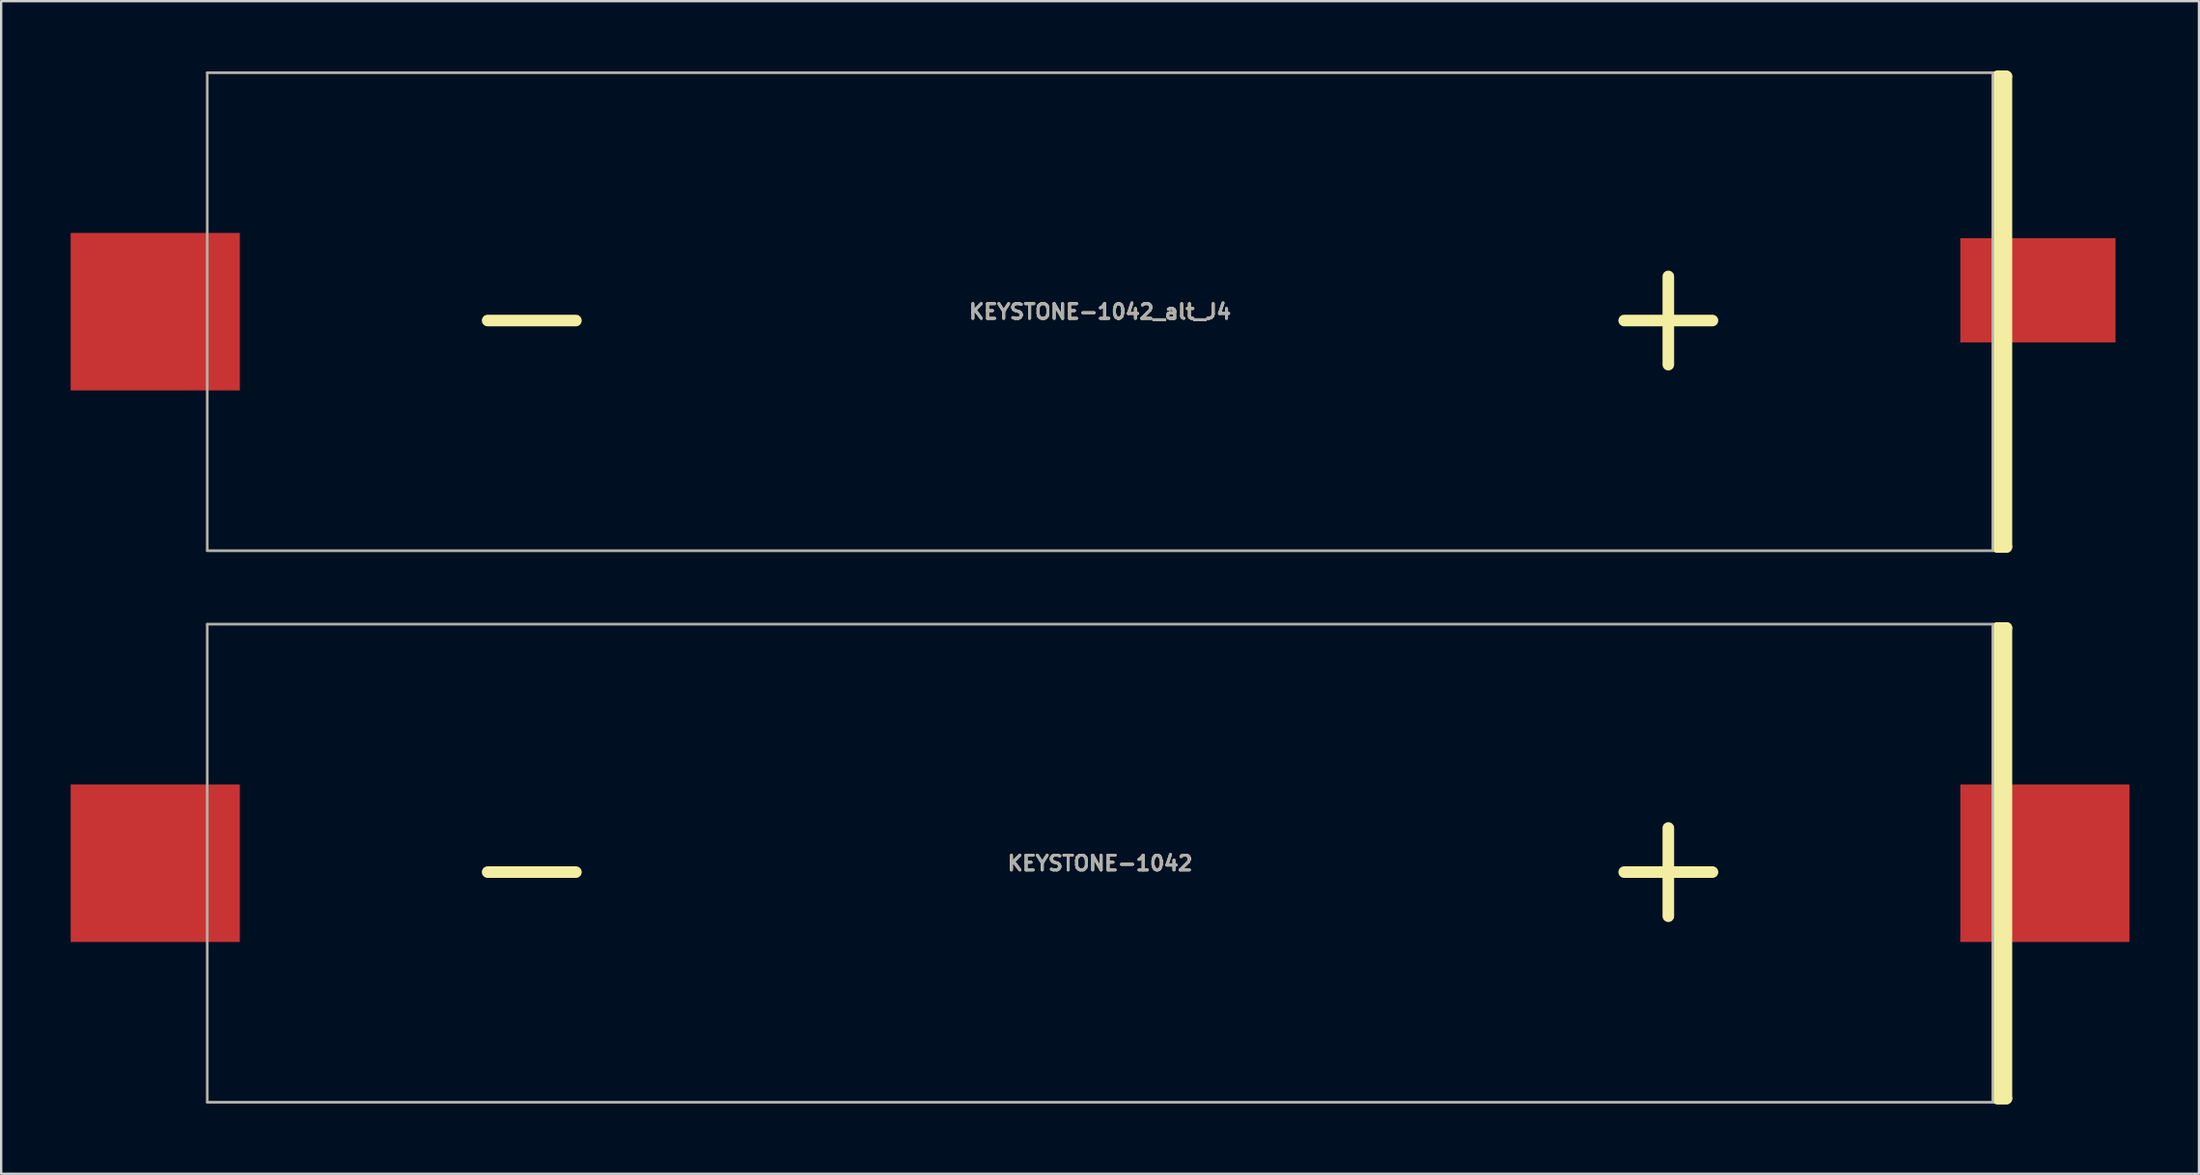
<source format=kicad_pcb>
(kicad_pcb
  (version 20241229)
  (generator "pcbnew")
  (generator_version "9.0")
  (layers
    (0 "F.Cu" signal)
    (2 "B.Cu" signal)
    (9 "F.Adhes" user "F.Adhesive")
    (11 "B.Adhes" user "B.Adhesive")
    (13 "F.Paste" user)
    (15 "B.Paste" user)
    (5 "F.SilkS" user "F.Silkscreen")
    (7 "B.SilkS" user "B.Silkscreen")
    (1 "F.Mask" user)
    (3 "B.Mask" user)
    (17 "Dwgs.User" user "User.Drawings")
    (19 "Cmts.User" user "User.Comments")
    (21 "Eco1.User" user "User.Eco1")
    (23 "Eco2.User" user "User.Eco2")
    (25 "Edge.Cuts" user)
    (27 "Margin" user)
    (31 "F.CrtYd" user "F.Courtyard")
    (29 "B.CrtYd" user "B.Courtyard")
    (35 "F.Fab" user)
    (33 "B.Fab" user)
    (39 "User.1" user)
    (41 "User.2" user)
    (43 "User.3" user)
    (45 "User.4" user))
  (footprint "KEYSTONE-1042_alt_J4"
    (layer "F.Cu")
    (at 44.425 10.41)
    (property "Reference" "KEYSTONE-1042_alt_J4" (at 0 0 0) (layer "F.SilkS") (effects (font (size 0.635 0.635) (thickness 0.127))))
    (attr through_hole)
    (fp_line (start -38.525 -10.325) (end 39.116 -10.325) (stroke (width 0.1) (type solid)) (layer "F.SilkS"))
    (fp_line (start -38.525 10.325) (end -38.525 -10.325) (stroke (width 0.1) (type solid)) (layer "F.SilkS"))
    (fp_line (start 38.525 -10.325) (end 38.525 10.325) (stroke (width 0.1) (type solid)) (layer "F.SilkS"))
    (fp_line (start 38.735 -10.16) (end 38.735 10.16) (stroke (width 0.5) (type solid)) (layer "F.SilkS"))
    (fp_line (start 38.735 -10.16) (end 39.116 -10.16) (stroke (width 0.5) (type solid)) (layer "F.SilkS"))
    (fp_line (start 38.735 10.16) (end 39.116 10.16) (stroke (width 0.5) (type solid)) (layer "F.SilkS"))
    (fp_line (start 38.735 10.325) (end -38.525 10.325) (stroke (width 0.1) (type solid)) (layer "F.SilkS"))
    (fp_line (start 38.862 -10.16) (end 38.862 10.16) (stroke (width 0.5) (type solid)) (layer "F.SilkS"))
    (fp_line (start 38.989 -10.16) (end 38.989 10.16) (stroke (width 0.5) (type solid)) (layer "F.SilkS"))
    (fp_line (start 39.116 -10.16) (end 39.116 10.16) (stroke (width 0.5) (type solid)) (layer "F.SilkS"))
    (fp_line (start -38.525 -10.325) (end 38.525 -10.325) (stroke (width 0.1) (type solid)) (layer "F.Fab"))
    (fp_line (start -38.525 10.325) (end -38.525 -10.325) (stroke (width 0.1) (type solid)) (layer "F.Fab"))
    (fp_line (start 38.525 -10.325) (end 38.525 10.325) (stroke (width 0.1) (type solid)) (layer "F.Fab"))
    (fp_line (start 38.525 10.325) (end -38.525 10.325) (stroke (width 0.1) (type solid)) (layer "F.Fab"))
    (fp_text user "-" (at -24.525 0 0) (layer "F.SilkS") (effects (font (size 5 5) (thickness 0.5))))
    (fp_text user "+" (at 24.525 0 0) (layer "F.SilkS") (effects (font (size 5 5) (thickness 0.5))))
    (fp_text user "${REFERENCE}" (at 0 0 0) (layer "F.Fab") (effects (font (size 0.635 0.635) (thickness 0.127))))
    (pad "" np_thru_hole circle (at -27.6 8) (size 0.001 0.001) (drill 3.45) (layers "*.Cu" "*.Mask"))
    (pad "" np_thru_hole circle (at 27.6 -8) (size 0.001 0.001) (drill 3.45) (layers "*.Cu" "*.Mask"))
    (pad "" np_thru_hole circle (at 35.93 8) (size 0.001 0.001) (drill 1.57) (layers "*.Cu" "*.Mask"))
    (pad "1" smd rect (at -40.775 0) (size 7.3 6.8) (layers "F.Cu" "F.Mask" "F.Paste"))
    (pad "2" smd rect (at 40.475 -0.925) (size 6.7 4.5) (layers "F.Cu" "F.Mask" "F.Paste")))
  (footprint "KEYSTONE-1042"
    (layer "F.Cu")
    (at 44.425 34.23)
    (property "Reference" "KEYSTONE-1042" (at 0 0 0) (layer "F.SilkS") (effects (font (size 0.635 0.635) (thickness 0.127))))
    (attr through_hole)
    (fp_line (start -38.525 -10.325) (end 39.116 -10.325) (stroke (width 0.1) (type solid)) (layer "F.SilkS"))
    (fp_line (start -38.525 10.325) (end -38.525 -10.325) (stroke (width 0.1) (type solid)) (layer "F.SilkS"))
    (fp_line (start 38.525 -10.325) (end 38.525 10.325) (stroke (width 0.1) (type solid)) (layer "F.SilkS"))
    (fp_line (start 38.735 -10.16) (end 38.735 10.16) (stroke (width 0.5) (type solid)) (layer "F.SilkS"))
    (fp_line (start 38.735 -10.16) (end 39.116 -10.16) (stroke (width 0.5) (type solid)) (layer "F.SilkS"))
    (fp_line (start 38.735 10.16) (end 39.116 10.16) (stroke (width 0.5) (type solid)) (layer "F.SilkS"))
    (fp_line (start 38.735 10.325) (end -38.525 10.325) (stroke (width 0.1) (type solid)) (layer "F.SilkS"))
    (fp_line (start 38.862 -10.16) (end 38.862 10.16) (stroke (width 0.5) (type solid)) (layer "F.SilkS"))
    (fp_line (start 38.989 -10.16) (end 38.989 10.16) (stroke (width 0.5) (type solid)) (layer "F.SilkS"))
    (fp_line (start 39.116 -10.16) (end 39.116 10.16) (stroke (width 0.5) (type solid)) (layer "F.SilkS"))
    (fp_line (start -38.525 -10.325) (end 38.525 -10.325) (stroke (width 0.1) (type solid)) (layer "F.Fab"))
    (fp_line (start -38.525 10.325) (end -38.525 -10.325) (stroke (width 0.1) (type solid)) (layer "F.Fab"))
    (fp_line (start 38.525 -10.325) (end 38.525 10.325) (stroke (width 0.1) (type solid)) (layer "F.Fab"))
    (fp_line (start 38.525 10.325) (end -38.525 10.325) (stroke (width 0.1) (type solid)) (layer "F.Fab"))
    (fp_text user "+" (at 24.525 0 0) (layer "F.SilkS") (effects (font (size 5 5) (thickness 0.5))))
    (fp_text user "-" (at -24.525 0 0) (layer "F.SilkS") (effects (font (size 5 5) (thickness 0.5))))
    (fp_text user "${REFERENCE}" (at 0 0 0) (layer "F.Fab") (effects (font (size 0.635 0.635) (thickness 0.127))))
    (pad "" np_thru_hole circle (at -27.6 8) (size 0.001 0.001) (drill 3.45) (layers "*.Cu" "*.Mask"))
    (pad "" np_thru_hole circle (at 27.6 -8) (size 0.001 0.001) (drill 3.45) (layers "*.Cu" "*.Mask"))
    (pad "" np_thru_hole circle (at 35.93 8) (size 0.001 0.001) (drill 1.57) (layers "*.Cu" "*.Mask"))
    (pad "1" smd rect (at -40.775 0) (size 7.3 6.8) (layers "F.Cu" "F.Mask" "F.Paste"))
    (pad "2" smd rect (at 40.775 0) (size 7.3 6.8) (layers "F.Cu" "F.Mask" "F.Paste")))
  (gr_rect
    (start -3 -3)
    (end 91.85 47.64)
    (stroke (width 0.1) (type default))
    (fill no)
    (layer "Edge.Cuts")))
</source>
